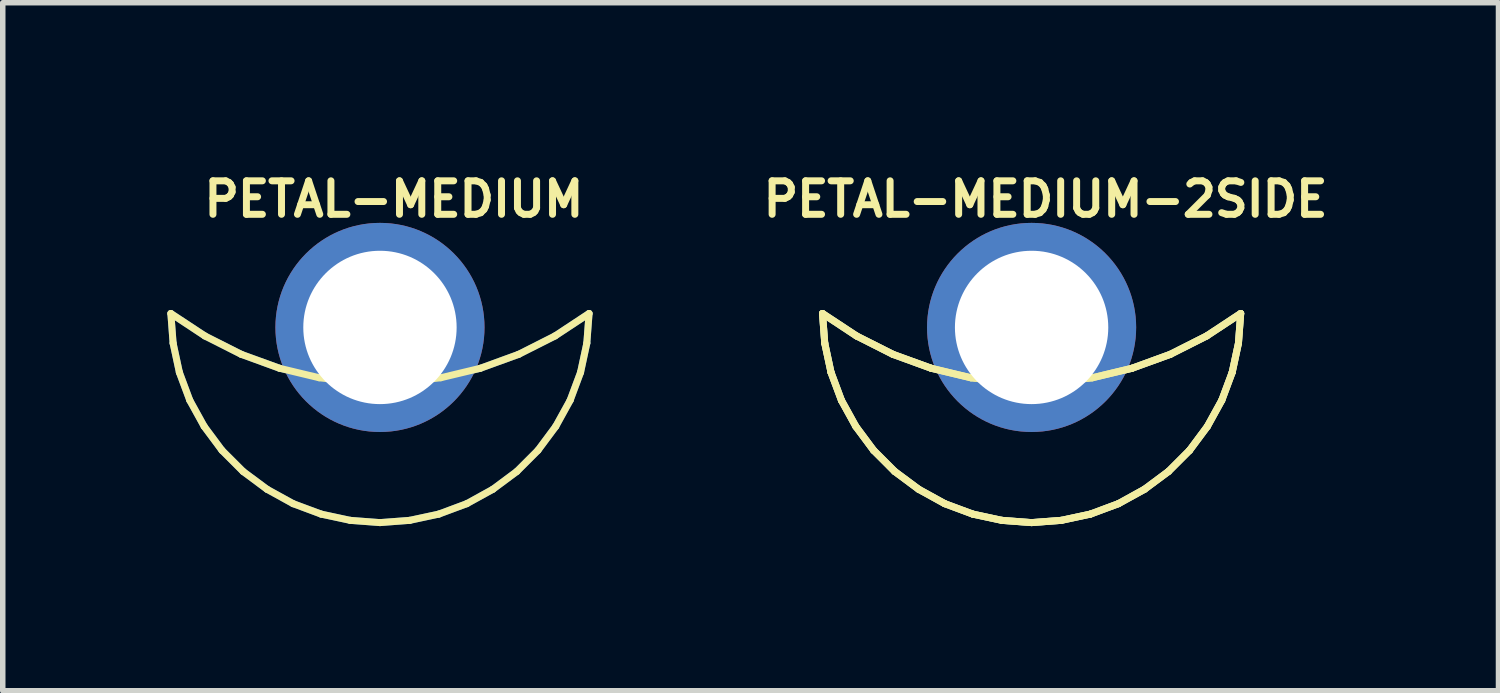
<source format=kicad_pcb>
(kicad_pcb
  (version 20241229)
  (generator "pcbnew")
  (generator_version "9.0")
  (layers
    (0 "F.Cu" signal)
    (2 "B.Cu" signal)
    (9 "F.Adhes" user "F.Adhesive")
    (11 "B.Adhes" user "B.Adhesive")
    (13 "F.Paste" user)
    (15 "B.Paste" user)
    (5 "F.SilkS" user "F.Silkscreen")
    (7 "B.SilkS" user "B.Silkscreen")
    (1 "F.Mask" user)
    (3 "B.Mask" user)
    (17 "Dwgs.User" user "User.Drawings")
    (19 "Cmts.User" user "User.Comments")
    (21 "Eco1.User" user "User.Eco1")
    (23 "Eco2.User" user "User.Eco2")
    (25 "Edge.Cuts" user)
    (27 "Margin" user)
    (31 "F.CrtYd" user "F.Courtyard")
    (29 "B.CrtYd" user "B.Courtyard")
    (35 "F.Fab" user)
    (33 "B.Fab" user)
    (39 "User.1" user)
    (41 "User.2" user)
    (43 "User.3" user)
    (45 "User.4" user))
  (footprint "PETAL-MEDIUM"
    (layer "F.Cu")
    (at 3.873 2.662)
    (property "Reference" "PETAL-MEDIUM" (at 0.254 -2.083 0) (layer "F.SilkS") (effects (font (size 0.61 0.61) (thickness 0.127))))
    (attr exclude_from_pos_files exclude_from_bom)
    (fp_line (start -3.81 0) (end -3.769 0.541) (stroke (width 0.127) (type solid)) (layer "B.Cu"))
    (fp_line (start -3.769 0.541) (end -3.655 1.072) (stroke (width 0.127) (type solid)) (layer "B.Cu"))
    (fp_line (start -3.655 1.072) (end -3.465 1.582) (stroke (width 0.127) (type solid)) (layer "B.Cu"))
    (fp_line (start -3.465 1.582) (end -3.203 2.057) (stroke (width 0.127) (type solid)) (layer "B.Cu"))
    (fp_line (start -3.203 2.057) (end -2.878 2.494) (stroke (width 0.127) (type solid)) (layer "B.Cu"))
    (fp_line (start -3.19 0.409) (end -3.81 0) (stroke (width 0.127) (type solid)) (layer "B.Cu"))
    (fp_line (start -2.878 2.494) (end -2.494 2.878) (stroke (width 0.127) (type solid)) (layer "B.Cu"))
    (fp_line (start -2.527 0.744) (end -3.19 0.409) (stroke (width 0.127) (type solid)) (layer "B.Cu"))
    (fp_line (start -2.494 2.878) (end -2.057 3.203) (stroke (width 0.127) (type solid)) (layer "B.Cu"))
    (fp_line (start -2.057 3.203) (end -1.582 3.465) (stroke (width 0.127) (type solid)) (layer "B.Cu"))
    (fp_line (start -1.829 0.998) (end -2.527 0.744) (stroke (width 0.127) (type solid)) (layer "B.Cu"))
    (fp_line (start -1.582 3.465) (end -1.072 3.655) (stroke (width 0.127) (type solid)) (layer "B.Cu"))
    (fp_line (start -1.107 1.171) (end -1.829 0.998) (stroke (width 0.127) (type solid)) (layer "B.Cu"))
    (fp_line (start -1.072 3.655) (end -0.541 3.769) (stroke (width 0.127) (type solid)) (layer "B.Cu"))
    (fp_line (start -0.541 3.769) (end 0 3.81) (stroke (width 0.127) (type solid)) (layer "B.Cu"))
    (fp_line (start -0.371 1.257) (end -1.107 1.171) (stroke (width 0.127) (type solid)) (layer "B.Cu"))
    (fp_line (start 0 3.81) (end 0.541 3.769) (stroke (width 0.127) (type solid)) (layer "B.Cu"))
    (fp_line (start 0.371 1.257) (end -0.371 1.257) (stroke (width 0.127) (type solid)) (layer "B.Cu"))
    (fp_line (start 0.541 3.769) (end 1.072 3.655) (stroke (width 0.127) (type solid)) (layer "B.Cu"))
    (fp_line (start 1.072 3.655) (end 1.582 3.465) (stroke (width 0.127) (type solid)) (layer "B.Cu"))
    (fp_line (start 1.107 1.171) (end 0.371 1.257) (stroke (width 0.127) (type solid)) (layer "B.Cu"))
    (fp_line (start 1.582 3.465) (end 2.057 3.203) (stroke (width 0.127) (type solid)) (layer "B.Cu"))
    (fp_line (start 1.829 0.998) (end 1.107 1.171) (stroke (width 0.127) (type solid)) (layer "B.Cu"))
    (fp_line (start 2.057 3.203) (end 2.494 2.878) (stroke (width 0.127) (type solid)) (layer "B.Cu"))
    (fp_line (start 2.494 2.878) (end 2.878 2.494) (stroke (width 0.127) (type solid)) (layer "B.Cu"))
    (fp_line (start 2.527 0.744) (end 1.829 0.998) (stroke (width 0.127) (type solid)) (layer "B.Cu"))
    (fp_line (start 2.878 2.494) (end 3.203 2.057) (stroke (width 0.127) (type solid)) (layer "B.Cu"))
    (fp_line (start 3.19 0.409) (end 2.527 0.744) (stroke (width 0.127) (type solid)) (layer "B.Cu"))
    (fp_line (start 3.203 2.057) (end 3.465 1.582) (stroke (width 0.127) (type solid)) (layer "B.Cu"))
    (fp_line (start 3.465 1.582) (end 3.655 1.072) (stroke (width 0.127) (type solid)) (layer "B.Cu"))
    (fp_line (start 3.655 1.072) (end 3.769 0.541) (stroke (width 0.127) (type solid)) (layer "B.Cu"))
    (fp_line (start 3.769 0.541) (end 3.81 0) (stroke (width 0.127) (type solid)) (layer "B.Cu"))
    (fp_line (start 3.81 0) (end 3.19 0.409) (stroke (width 0.127) (type solid)) (layer "B.Cu"))
    (fp_line (start -3.81 0) (end -3.769 0.541) (stroke (width 0.127) (type solid)) (layer "F.SilkS"))
    (fp_line (start -3.769 0.541) (end -3.655 1.072) (stroke (width 0.127) (type solid)) (layer "F.SilkS"))
    (fp_line (start -3.655 1.072) (end -3.465 1.582) (stroke (width 0.127) (type solid)) (layer "F.SilkS"))
    (fp_line (start -3.465 1.582) (end -3.203 2.057) (stroke (width 0.127) (type solid)) (layer "F.SilkS"))
    (fp_line (start -3.203 2.057) (end -2.878 2.494) (stroke (width 0.127) (type solid)) (layer "F.SilkS"))
    (fp_line (start -3.19 0.409) (end -3.81 0) (stroke (width 0.127) (type solid)) (layer "F.SilkS"))
    (fp_line (start -2.878 2.494) (end -2.494 2.878) (stroke (width 0.127) (type solid)) (layer "F.SilkS"))
    (fp_line (start -2.527 0.744) (end -3.19 0.409) (stroke (width 0.127) (type solid)) (layer "F.SilkS"))
    (fp_line (start -2.494 2.878) (end -2.057 3.203) (stroke (width 0.127) (type solid)) (layer "F.SilkS"))
    (fp_line (start -2.057 3.203) (end -1.582 3.465) (stroke (width 0.127) (type solid)) (layer "F.SilkS"))
    (fp_line (start -1.829 0.998) (end -2.527 0.744) (stroke (width 0.127) (type solid)) (layer "F.SilkS"))
    (fp_line (start -1.582 3.465) (end -1.072 3.655) (stroke (width 0.127) (type solid)) (layer "F.SilkS"))
    (fp_line (start -1.107 1.171) (end -1.829 0.998) (stroke (width 0.127) (type solid)) (layer "F.SilkS"))
    (fp_line (start -1.072 3.655) (end -0.541 3.769) (stroke (width 0.127) (type solid)) (layer "F.SilkS"))
    (fp_line (start -0.541 3.769) (end 0 3.81) (stroke (width 0.127) (type solid)) (layer "F.SilkS"))
    (fp_line (start -0.371 1.257) (end -1.107 1.171) (stroke (width 0.127) (type solid)) (layer "F.SilkS"))
    (fp_line (start 0 3.81) (end 0.541 3.769) (stroke (width 0.127) (type solid)) (layer "F.SilkS"))
    (fp_line (start 0.371 1.257) (end -0.371 1.257) (stroke (width 0.127) (type solid)) (layer "F.SilkS"))
    (fp_line (start 0.541 3.769) (end 1.072 3.655) (stroke (width 0.127) (type solid)) (layer "F.SilkS"))
    (fp_line (start 1.072 3.655) (end 1.582 3.465) (stroke (width 0.127) (type solid)) (layer "F.SilkS"))
    (fp_line (start 1.107 1.171) (end 0.371 1.257) (stroke (width 0.127) (type solid)) (layer "F.SilkS"))
    (fp_line (start 1.582 3.465) (end 2.057 3.203) (stroke (width 0.127) (type solid)) (layer "F.SilkS"))
    (fp_line (start 1.829 0.998) (end 1.107 1.171) (stroke (width 0.127) (type solid)) (layer "F.SilkS"))
    (fp_line (start 2.057 3.203) (end 2.494 2.878) (stroke (width 0.127) (type solid)) (layer "F.SilkS"))
    (fp_line (start 2.494 2.878) (end 2.878 2.494) (stroke (width 0.127) (type solid)) (layer "F.SilkS"))
    (fp_line (start 2.527 0.744) (end 1.829 0.998) (stroke (width 0.127) (type solid)) (layer "F.SilkS"))
    (fp_line (start 2.878 2.494) (end 3.203 2.057) (stroke (width 0.127) (type solid)) (layer "F.SilkS"))
    (fp_line (start 3.19 0.409) (end 2.527 0.744) (stroke (width 0.127) (type solid)) (layer "F.SilkS"))
    (fp_line (start 3.203 2.057) (end 3.465 1.582) (stroke (width 0.127) (type solid)) (layer "F.SilkS"))
    (fp_line (start 3.465 1.582) (end 3.655 1.072) (stroke (width 0.127) (type solid)) (layer "F.SilkS"))
    (fp_line (start 3.655 1.072) (end 3.769 0.541) (stroke (width 0.127) (type solid)) (layer "F.SilkS"))
    (fp_line (start 3.769 0.541) (end 3.81 0) (stroke (width 0.127) (type solid)) (layer "F.SilkS"))
    (fp_line (start 3.81 0) (end 3.19 0.409) (stroke (width 0.127) (type solid)) (layer "F.SilkS"))
    (pad "1" thru_hole circle (at 0 0.254) (size 3.81 3.81) (drill 2.794) (layers "*.Cu" "*.Paste" "*.Mask")))
  (footprint "PETAL-MEDIUM-2SIDE"
    (layer "F.Cu")
    (at 15.746 2.662)
    (property "Reference" "PETAL-MEDIUM-2SIDE" (at 0.254 -2.083 0) (layer "F.SilkS") (effects (font (size 0.61 0.61) (thickness 0.127))))
    (attr exclude_from_pos_files exclude_from_bom)
    (fp_line (start -3.81 0) (end -3.769 0.541) (stroke (width 0.127) (type solid)) (layer "B.Cu"))
    (fp_line (start -3.769 0.541) (end -3.655 1.072) (stroke (width 0.127) (type solid)) (layer "B.Cu"))
    (fp_line (start -3.655 1.072) (end -3.465 1.582) (stroke (width 0.127) (type solid)) (layer "B.Cu"))
    (fp_line (start -3.465 1.582) (end -3.203 2.057) (stroke (width 0.127) (type solid)) (layer "B.Cu"))
    (fp_line (start -3.203 2.057) (end -2.878 2.494) (stroke (width 0.127) (type solid)) (layer "B.Cu"))
    (fp_line (start -3.19 0.409) (end -3.81 0) (stroke (width 0.127) (type solid)) (layer "B.Cu"))
    (fp_line (start -2.878 2.494) (end -2.494 2.878) (stroke (width 0.127) (type solid)) (layer "B.Cu"))
    (fp_line (start -2.527 0.744) (end -3.19 0.409) (stroke (width 0.127) (type solid)) (layer "B.Cu"))
    (fp_line (start -2.494 2.878) (end -2.057 3.203) (stroke (width 0.127) (type solid)) (layer "B.Cu"))
    (fp_line (start -2.057 3.203) (end -1.582 3.465) (stroke (width 0.127) (type solid)) (layer "B.Cu"))
    (fp_line (start -1.829 0.998) (end -2.527 0.744) (stroke (width 0.127) (type solid)) (layer "B.Cu"))
    (fp_line (start -1.582 3.465) (end -1.072 3.655) (stroke (width 0.127) (type solid)) (layer "B.Cu"))
    (fp_line (start -1.107 1.171) (end -1.829 0.998) (stroke (width 0.127) (type solid)) (layer "B.Cu"))
    (fp_line (start -1.072 3.655) (end -0.541 3.769) (stroke (width 0.127) (type solid)) (layer "B.Cu"))
    (fp_line (start -0.541 3.769) (end 0 3.81) (stroke (width 0.127) (type solid)) (layer "B.Cu"))
    (fp_line (start -0.371 1.257) (end -1.107 1.171) (stroke (width 0.127) (type solid)) (layer "B.Cu"))
    (fp_line (start 0 3.81) (end 0.541 3.769) (stroke (width 0.127) (type solid)) (layer "B.Cu"))
    (fp_line (start 0.371 1.257) (end -0.371 1.257) (stroke (width 0.127) (type solid)) (layer "B.Cu"))
    (fp_line (start 0.541 3.769) (end 1.072 3.655) (stroke (width 0.127) (type solid)) (layer "B.Cu"))
    (fp_line (start 1.072 3.655) (end 1.582 3.465) (stroke (width 0.127) (type solid)) (layer "B.Cu"))
    (fp_line (start 1.107 1.171) (end 0.371 1.257) (stroke (width 0.127) (type solid)) (layer "B.Cu"))
    (fp_line (start 1.582 3.465) (end 2.057 3.203) (stroke (width 0.127) (type solid)) (layer "B.Cu"))
    (fp_line (start 1.829 0.998) (end 1.107 1.171) (stroke (width 0.127) (type solid)) (layer "B.Cu"))
    (fp_line (start 2.057 3.203) (end 2.494 2.878) (stroke (width 0.127) (type solid)) (layer "B.Cu"))
    (fp_line (start 2.494 2.878) (end 2.878 2.494) (stroke (width 0.127) (type solid)) (layer "B.Cu"))
    (fp_line (start 2.527 0.744) (end 1.829 0.998) (stroke (width 0.127) (type solid)) (layer "B.Cu"))
    (fp_line (start 2.878 2.494) (end 3.203 2.057) (stroke (width 0.127) (type solid)) (layer "B.Cu"))
    (fp_line (start 3.19 0.409) (end 2.527 0.744) (stroke (width 0.127) (type solid)) (layer "B.Cu"))
    (fp_line (start 3.203 2.057) (end 3.465 1.582) (stroke (width 0.127) (type solid)) (layer "B.Cu"))
    (fp_line (start 3.465 1.582) (end 3.655 1.072) (stroke (width 0.127) (type solid)) (layer "B.Cu"))
    (fp_line (start 3.655 1.072) (end 3.769 0.541) (stroke (width 0.127) (type solid)) (layer "B.Cu"))
    (fp_line (start 3.769 0.541) (end 3.81 0) (stroke (width 0.127) (type solid)) (layer "B.Cu"))
    (fp_line (start 3.81 0) (end 3.19 0.409) (stroke (width 0.127) (type solid)) (layer "B.Cu"))
    (fp_line (start -3.81 0) (end -3.769 0.541) (stroke (width 0.127) (type solid)) (layer "F.SilkS"))
    (fp_line (start -3.81 0) (end -3.19 0.409) (stroke (width 0.127) (type solid)) (layer "F.SilkS"))
    (fp_line (start -3.769 0.541) (end -3.81 0) (stroke (width 0.127) (type solid)) (layer "F.SilkS"))
    (fp_line (start -3.769 0.541) (end -3.655 1.072) (stroke (width 0.127) (type solid)) (layer "F.SilkS"))
    (fp_line (start -3.655 1.072) (end -3.769 0.541) (stroke (width 0.127) (type solid)) (layer "F.SilkS"))
    (fp_line (start -3.655 1.072) (end -3.465 1.582) (stroke (width 0.127) (type solid)) (layer "F.SilkS"))
    (fp_line (start -3.465 1.582) (end -3.655 1.072) (stroke (width 0.127) (type solid)) (layer "F.SilkS"))
    (fp_line (start -3.465 1.582) (end -3.203 2.057) (stroke (width 0.127) (type solid)) (layer "F.SilkS"))
    (fp_line (start -3.203 2.057) (end -3.465 1.582) (stroke (width 0.127) (type solid)) (layer "F.SilkS"))
    (fp_line (start -3.203 2.057) (end -2.878 2.494) (stroke (width 0.127) (type solid)) (layer "F.SilkS"))
    (fp_line (start -3.19 0.409) (end -3.81 0) (stroke (width 0.127) (type solid)) (layer "F.SilkS"))
    (fp_line (start -3.19 0.409) (end -2.527 0.744) (stroke (width 0.127) (type solid)) (layer "F.SilkS"))
    (fp_line (start -2.878 2.494) (end -3.203 2.057) (stroke (width 0.127) (type solid)) (layer "F.SilkS"))
    (fp_line (start -2.878 2.494) (end -2.494 2.878) (stroke (width 0.127) (type solid)) (layer "F.SilkS"))
    (fp_line (start -2.527 0.744) (end -3.19 0.409) (stroke (width 0.127) (type solid)) (layer "F.SilkS"))
    (fp_line (start -2.527 0.744) (end -1.829 0.998) (stroke (width 0.127) (type solid)) (layer "F.SilkS"))
    (fp_line (start -2.494 2.878) (end -2.878 2.494) (stroke (width 0.127) (type solid)) (layer "F.SilkS"))
    (fp_line (start -2.494 2.878) (end -2.057 3.203) (stroke (width 0.127) (type solid)) (layer "F.SilkS"))
    (fp_line (start -2.057 3.203) (end -2.494 2.878) (stroke (width 0.127) (type solid)) (layer "F.SilkS"))
    (fp_line (start -2.057 3.203) (end -1.582 3.465) (stroke (width 0.127) (type solid)) (layer "F.SilkS"))
    (fp_line (start -1.829 0.998) (end -2.527 0.744) (stroke (width 0.127) (type solid)) (layer "F.SilkS"))
    (fp_line (start -1.829 0.998) (end -1.107 1.171) (stroke (width 0.127) (type solid)) (layer "F.SilkS"))
    (fp_line (start -1.582 3.465) (end -2.057 3.203) (stroke (width 0.127) (type solid)) (layer "F.SilkS"))
    (fp_line (start -1.582 3.465) (end -1.072 3.655) (stroke (width 0.127) (type solid)) (layer "F.SilkS"))
    (fp_line (start -1.107 1.171) (end -1.829 0.998) (stroke (width 0.127) (type solid)) (layer "F.SilkS"))
    (fp_line (start -1.107 1.171) (end -0.371 1.257) (stroke (width 0.127) (type solid)) (layer "F.SilkS"))
    (fp_line (start -1.072 3.655) (end -1.582 3.465) (stroke (width 0.127) (type solid)) (layer "F.SilkS"))
    (fp_line (start -1.072 3.655) (end -0.541 3.769) (stroke (width 0.127) (type solid)) (layer "F.SilkS"))
    (fp_line (start -0.541 3.769) (end -1.072 3.655) (stroke (width 0.127) (type solid)) (layer "F.SilkS"))
    (fp_line (start -0.541 3.769) (end 0 3.81) (stroke (width 0.127) (type solid)) (layer "F.SilkS"))
    (fp_line (start -0.371 1.257) (end -1.107 1.171) (stroke (width 0.127) (type solid)) (layer "F.SilkS"))
    (fp_line (start -0.371 1.257) (end 0.371 1.257) (stroke (width 0.127) (type solid)) (layer "F.SilkS"))
    (fp_line (start 0 3.81) (end -0.541 3.769) (stroke (width 0.127) (type solid)) (layer "F.SilkS"))
    (fp_line (start 0 3.81) (end 0.541 3.769) (stroke (width 0.127) (type solid)) (layer "F.SilkS"))
    (fp_line (start 0.371 1.257) (end -0.371 1.257) (stroke (width 0.127) (type solid)) (layer "F.SilkS"))
    (fp_line (start 0.371 1.257) (end 1.107 1.171) (stroke (width 0.127) (type solid)) (layer "F.SilkS"))
    (fp_line (start 0.541 3.769) (end 0 3.81) (stroke (width 0.127) (type solid)) (layer "F.SilkS"))
    (fp_line (start 0.541 3.769) (end 1.072 3.655) (stroke (width 0.127) (type solid)) (layer "F.SilkS"))
    (fp_line (start 1.072 3.655) (end 0.541 3.769) (stroke (width 0.127) (type solid)) (layer "F.SilkS"))
    (fp_line (start 1.072 3.655) (end 1.582 3.465) (stroke (width 0.127) (type solid)) (layer "F.SilkS"))
    (fp_line (start 1.107 1.171) (end 0.371 1.257) (stroke (width 0.127) (type solid)) (layer "F.SilkS"))
    (fp_line (start 1.107 1.171) (end 1.829 0.998) (stroke (width 0.127) (type solid)) (layer "F.SilkS"))
    (fp_line (start 1.582 3.465) (end 1.072 3.655) (stroke (width 0.127) (type solid)) (layer "F.SilkS"))
    (fp_line (start 1.582 3.465) (end 2.057 3.203) (stroke (width 0.127) (type solid)) (layer "F.SilkS"))
    (fp_line (start 1.829 0.998) (end 1.107 1.171) (stroke (width 0.127) (type solid)) (layer "F.SilkS"))
    (fp_line (start 1.829 0.998) (end 2.527 0.744) (stroke (width 0.127) (type solid)) (layer "F.SilkS"))
    (fp_line (start 2.057 3.203) (end 1.582 3.465) (stroke (width 0.127) (type solid)) (layer "F.SilkS"))
    (fp_line (start 2.057 3.203) (end 2.494 2.878) (stroke (width 0.127) (type solid)) (layer "F.SilkS"))
    (fp_line (start 2.494 2.878) (end 2.057 3.203) (stroke (width 0.127) (type solid)) (layer "F.SilkS"))
    (fp_line (start 2.494 2.878) (end 2.878 2.494) (stroke (width 0.127) (type solid)) (layer "F.SilkS"))
    (fp_line (start 2.527 0.744) (end 1.829 0.998) (stroke (width 0.127) (type solid)) (layer "F.SilkS"))
    (fp_line (start 2.527 0.744) (end 3.19 0.409) (stroke (width 0.127) (type solid)) (layer "F.SilkS"))
    (fp_line (start 2.878 2.494) (end 2.494 2.878) (stroke (width 0.127) (type solid)) (layer "F.SilkS"))
    (fp_line (start 2.878 2.494) (end 3.203 2.057) (stroke (width 0.127) (type solid)) (layer "F.SilkS"))
    (fp_line (start 3.19 0.409) (end 2.527 0.744) (stroke (width 0.127) (type solid)) (layer "F.SilkS"))
    (fp_line (start 3.19 0.409) (end 3.81 0) (stroke (width 0.127) (type solid)) (layer "F.SilkS"))
    (fp_line (start 3.203 2.057) (end 2.878 2.494) (stroke (width 0.127) (type solid)) (layer "F.SilkS"))
    (fp_line (start 3.203 2.057) (end 3.465 1.582) (stroke (width 0.127) (type solid)) (layer "F.SilkS"))
    (fp_line (start 3.465 1.582) (end 3.203 2.057) (stroke (width 0.127) (type solid)) (layer "F.SilkS"))
    (fp_line (start 3.465 1.582) (end 3.655 1.072) (stroke (width 0.127) (type solid)) (layer "F.SilkS"))
    (fp_line (start 3.655 1.072) (end 3.465 1.582) (stroke (width 0.127) (type solid)) (layer "F.SilkS"))
    (fp_line (start 3.655 1.072) (end 3.769 0.541) (stroke (width 0.127) (type solid)) (layer "F.SilkS"))
    (fp_line (start 3.769 0.541) (end 3.655 1.072) (stroke (width 0.127) (type solid)) (layer "F.SilkS"))
    (fp_line (start 3.769 0.541) (end 3.81 0) (stroke (width 0.127) (type solid)) (layer "F.SilkS"))
    (fp_line (start 3.81 0) (end 3.19 0.409) (stroke (width 0.127) (type solid)) (layer "F.SilkS"))
    (fp_line (start 3.81 0) (end 3.769 0.541) (stroke (width 0.127) (type solid)) (layer "F.SilkS"))
    (fp_line (start -3.81 0) (end -3.19 0.409) (stroke (width 0.127) (type solid)) (layer "B.Adhes"))
    (fp_line (start -3.769 0.541) (end -3.81 0) (stroke (width 0.127) (type solid)) (layer "B.Adhes"))
    (fp_line (start -3.655 1.072) (end -3.769 0.541) (stroke (width 0.127) (type solid)) (layer "B.Adhes"))
    (fp_line (start -3.465 1.582) (end -3.655 1.072) (stroke (width 0.127) (type solid)) (layer "B.Adhes"))
    (fp_line (start -3.203 2.057) (end -3.465 1.582) (stroke (width 0.127) (type solid)) (layer "B.Adhes"))
    (fp_line (start -3.19 0.409) (end -2.527 0.744) (stroke (width 0.127) (type solid)) (layer "B.Adhes"))
    (fp_line (start -2.878 2.494) (end -3.203 2.057) (stroke (width 0.127) (type solid)) (layer "B.Adhes"))
    (fp_line (start -2.527 0.744) (end -1.829 0.998) (stroke (width 0.127) (type solid)) (layer "B.Adhes"))
    (fp_line (start -2.494 2.878) (end -2.878 2.494) (stroke (width 0.127) (type solid)) (layer "B.Adhes"))
    (fp_line (start -2.057 3.203) (end -2.494 2.878) (stroke (width 0.127) (type solid)) (layer "B.Adhes"))
    (fp_line (start -1.829 0.998) (end -1.107 1.171) (stroke (width 0.127) (type solid)) (layer "B.Adhes"))
    (fp_line (start -1.582 3.465) (end -2.057 3.203) (stroke (width 0.127) (type solid)) (layer "B.Adhes"))
    (fp_line (start -1.107 1.171) (end -0.371 1.257) (stroke (width 0.127) (type solid)) (layer "B.Adhes"))
    (fp_line (start -1.072 3.655) (end -1.582 3.465) (stroke (width 0.127) (type solid)) (layer "B.Adhes"))
    (fp_line (start -0.541 3.769) (end -1.072 3.655) (stroke (width 0.127) (type solid)) (layer "B.Adhes"))
    (fp_line (start -0.371 1.257) (end 0.371 1.257) (stroke (width 0.127) (type solid)) (layer "B.Adhes"))
    (fp_line (start 0 3.81) (end -0.541 3.769) (stroke (width 0.127) (type solid)) (layer "B.Adhes"))
    (fp_line (start 0.371 1.257) (end 1.107 1.171) (stroke (width 0.127) (type solid)) (layer "B.Adhes"))
    (fp_line (start 0.541 3.769) (end 0 3.81) (stroke (width 0.127) (type solid)) (layer "B.Adhes"))
    (fp_line (start 1.072 3.655) (end 0.541 3.769) (stroke (width 0.127) (type solid)) (layer "B.Adhes"))
    (fp_line (start 1.107 1.171) (end 1.829 0.998) (stroke (width 0.127) (type solid)) (layer "B.Adhes"))
    (fp_line (start 1.582 3.465) (end 1.072 3.655) (stroke (width 0.127) (type solid)) (layer "B.Adhes"))
    (fp_line (start 1.829 0.998) (end 2.527 0.744) (stroke (width 0.127) (type solid)) (layer "B.Adhes"))
    (fp_line (start 2.057 3.203) (end 1.582 3.465) (stroke (width 0.127) (type solid)) (layer "B.Adhes"))
    (fp_line (start 2.494 2.878) (end 2.057 3.203) (stroke (width 0.127) (type solid)) (layer "B.Adhes"))
    (fp_line (start 2.527 0.744) (end 3.19 0.409) (stroke (width 0.127) (type solid)) (layer "B.Adhes"))
    (fp_line (start 2.878 2.494) (end 2.494 2.878) (stroke (width 0.127) (type solid)) (layer "B.Adhes"))
    (fp_line (start 3.19 0.409) (end 3.81 0) (stroke (width 0.127) (type solid)) (layer "B.Adhes"))
    (fp_line (start 3.203 2.057) (end 2.878 2.494) (stroke (width 0.127) (type solid)) (layer "B.Adhes"))
    (fp_line (start 3.465 1.582) (end 3.203 2.057) (stroke (width 0.127) (type solid)) (layer "B.Adhes"))
    (fp_line (start 3.655 1.072) (end 3.465 1.582) (stroke (width 0.127) (type solid)) (layer "B.Adhes"))
    (fp_line (start 3.769 0.541) (end 3.655 1.072) (stroke (width 0.127) (type solid)) (layer "B.Adhes"))
    (fp_line (start 3.81 0) (end 3.769 0.541) (stroke (width 0.127) (type solid)) (layer "B.Adhes"))
    (pad "1" thru_hole circle (at 0 0.254) (size 3.81 3.81) (drill 2.794) (layers "*.Cu" "*.Paste" "*.Mask")))
  (gr_rect
    (start -3 -3)
    (end 24.253 9.536)
    (stroke (width 0.1) (type default))
    (fill no)
    (layer "Edge.Cuts")))
</source>
